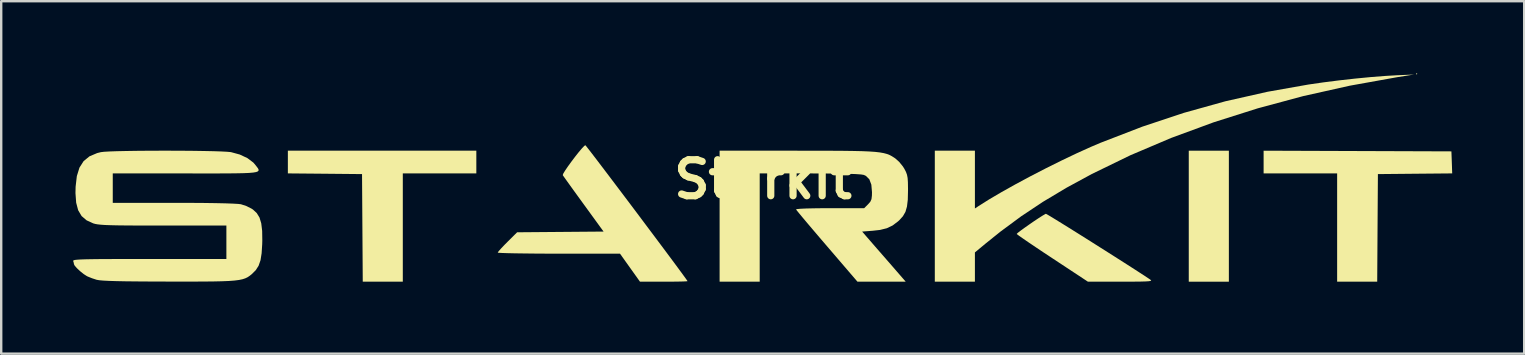
<source format=kicad_pcb>
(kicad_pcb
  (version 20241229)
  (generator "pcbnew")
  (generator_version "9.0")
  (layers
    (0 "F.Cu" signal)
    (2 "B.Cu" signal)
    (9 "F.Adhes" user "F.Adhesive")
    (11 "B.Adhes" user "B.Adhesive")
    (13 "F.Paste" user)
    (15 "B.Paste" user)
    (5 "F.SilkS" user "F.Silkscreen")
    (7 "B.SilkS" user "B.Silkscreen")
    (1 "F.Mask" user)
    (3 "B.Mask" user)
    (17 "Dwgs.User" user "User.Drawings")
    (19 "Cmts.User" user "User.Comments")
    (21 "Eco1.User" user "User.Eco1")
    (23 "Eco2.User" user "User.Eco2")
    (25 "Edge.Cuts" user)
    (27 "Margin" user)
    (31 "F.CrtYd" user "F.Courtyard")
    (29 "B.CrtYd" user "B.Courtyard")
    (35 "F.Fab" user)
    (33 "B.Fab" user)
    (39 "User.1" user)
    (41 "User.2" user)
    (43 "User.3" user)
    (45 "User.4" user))
  (footprint "Starkit"
    (layer "F.Cu")
    (at 28.748 4.428)
    (property "Reference" "Starkit" (at 0 0 0) (layer "F.SilkS") (effects (font (size 1.5 1.5) (thickness 0.3))))
    (attr board_only exclude_from_pos_files exclude_from_bom)
    (fp_poly (pts (xy 27.266 -4.4) (xy 27.238 -4.373) (xy 27.21 -4.4) (xy 27.238 -4.428)) (stroke (width 0) (type solid)) (fill yes) (layer "F.SilkS"))
    (fp_poly (pts (xy 19.412 1.532) (xy 19.412 4.261) (xy 18.577 4.261) (xy 17.741 4.261) (xy 17.741 1.532) (xy 17.741 -1.198) (xy 18.577 -1.198) (xy 19.412 -1.198)) (stroke (width 0) (type solid)) (fill yes) (layer "F.SilkS"))
    (fp_poly (pts (xy -11.948 -0.724) (xy -11.948 -0.251) (xy -13.48 -0.251) (xy -15.012 -0.251) (xy -15.012 2.005) (xy -15.012 4.261) (xy -15.847 4.261) (xy -16.681 4.261) (xy -16.696 2.019) (xy -16.711 -0.223) (xy -18.256 -0.238) (xy -19.802 -0.252) (xy -19.802 -0.725) (xy -19.802 -1.198) (xy -15.875 -1.198) (xy -11.948 -1.198)) (stroke (width 0) (type solid)) (fill yes) (layer "F.SilkS"))
    (fp_poly (pts (xy 24.773 -1.184) (xy 28.686 -1.17) (xy 28.703 -0.711) (xy 28.719 -0.252) (xy 27.171 -0.238) (xy 25.623 -0.223) (xy 25.608 2.019) (xy 25.594 4.261) (xy 24.759 4.261) (xy 23.924 4.261) (xy 23.924 2.005) (xy 23.924 -0.251) (xy 22.392 -0.251) (xy 20.86 -0.251) (xy 20.86 -0.724) (xy 20.86 -1.198)) (stroke (width 0) (type solid)) (fill yes) (layer "F.SilkS"))
    (fp_poly (pts (xy 11.837 1.457) (xy 11.971 1.536) (xy 12.176 1.661) (xy 12.442 1.825) (xy 12.756 2.02) (xy 13.108 2.24) (xy 13.486 2.477) (xy 13.878 2.725) (xy 14.274 2.975) (xy 14.663 3.222) (xy 15.032 3.457) (xy 15.371 3.674) (xy 15.669 3.866) (xy 15.913 4.025) (xy 16.094 4.145) (xy 16.152 4.185) (xy 16.174 4.209) (xy 16.153 4.227) (xy 16.08 4.241) (xy 15.944 4.25) (xy 15.732 4.256) (xy 15.435 4.259) (xy 15.04 4.26) (xy 14.899 4.26) (xy 13.536 4.259) (xy 12.06 3.286) (xy 11.699 3.048) (xy 11.369 2.827) (xy 11.081 2.633) (xy 10.848 2.473) (xy 10.678 2.355) (xy 10.586 2.285) (xy 10.571 2.271) (xy 10.61 2.23) (xy 10.722 2.143) (xy 10.886 2.023) (xy 11.081 1.886) (xy 11.286 1.744) (xy 11.482 1.614) (xy 11.646 1.509) (xy 11.76 1.443) (xy 11.785 1.431)) (stroke (width 0) (type solid)) (fill yes) (layer "F.SilkS"))
    (fp_poly (pts (xy 26.436 -4.263) (xy 24.453 -3.907) (xy 22.51 -3.473) (xy 20.615 -2.963) (xy 18.778 -2.381) (xy 17.006 -1.729) (xy 15.31 -1.009) (xy 13.703 -0.228) (xy 12.644 0.347) (xy 11.672 0.928) (xy 10.765 1.53) (xy 9.9 2.169) (xy 9.288 2.66) (xy 8.829 3.041) (xy 8.829 3.651) (xy 8.829 4.261) (xy 7.993 4.261) (xy 7.158 4.261) (xy 7.158 1.532) (xy 7.158 -1.198) (xy 7.993 -1.198) (xy 8.829 -1.198) (xy 8.829 0.006) (xy 8.829 1.21) (xy 8.982 1.109) (xy 9.417 0.834) (xy 9.936 0.529) (xy 10.517 0.204) (xy 11.141 -0.131) (xy 11.788 -0.465) (xy 12.436 -0.787) (xy 13.065 -1.087) (xy 13.656 -1.354) (xy 14.065 -1.528) (xy 15.807 -2.2) (xy 17.533 -2.774) (xy 19.265 -3.257) (xy 21.026 -3.654) (xy 22.726 -3.955) (xy 23.348 -4.045) (xy 24.011 -4.129) (xy 24.683 -4.204) (xy 25.335 -4.267) (xy 25.936 -4.314) (xy 26.417 -4.342) (xy 27.127 -4.372)) (stroke (width 0) (type solid)) (fill yes) (layer "F.SilkS"))
    (fp_poly (pts (xy -7.368 -1.384) (xy -7.271 -1.261) (xy -7.121 -1.067) (xy -6.925 -0.811) (xy -6.69 -0.502) (xy -6.423 -0.15) (xy -6.131 0.236) (xy -5.82 0.648) (xy -5.497 1.076) (xy -5.17 1.511) (xy -4.846 1.944) (xy -4.53 2.365) (xy -4.23 2.766) (xy -3.953 3.137) (xy -3.706 3.469) (xy -3.496 3.753) (xy -3.329 3.981) (xy -3.213 4.141) (xy -3.153 4.227) (xy -3.147 4.238) (xy -3.2 4.246) (xy -3.346 4.252) (xy -3.569 4.257) (xy -3.85 4.26) (xy -4.138 4.261) (xy -5.128 4.261) (xy -5.544 3.678) (xy -5.96 3.094) (xy -8.508 3.093) (xy -9.029 3.092) (xy -9.514 3.089) (xy -9.953 3.084) (xy -10.333 3.079) (xy -10.644 3.072) (xy -10.876 3.064) (xy -11.017 3.056) (xy -11.057 3.048) (xy -11.02 2.993) (xy -10.919 2.879) (xy -10.773 2.725) (xy -10.652 2.603) (xy -10.248 2.202) (xy -8.447 2.187) (xy -6.646 2.172) (xy -7.476 1.03) (xy -7.704 0.716) (xy -7.912 0.429) (xy -8.089 0.183) (xy -8.227 -0.01) (xy -8.317 -0.136) (xy -8.347 -0.18) (xy -8.327 -0.241) (xy -8.25 -0.368) (xy -8.133 -0.54) (xy -7.989 -0.739) (xy -7.834 -0.944) (xy -7.683 -1.135) (xy -7.55 -1.292) (xy -7.451 -1.396) (xy -7.406 -1.427)) (stroke (width 0) (type solid)) (fill yes) (layer "F.SilkS"))
    (fp_poly (pts (xy 2.136 -1.197) (xy 2.761 -1.196) (xy 3.293 -1.193) (xy 3.741 -1.187) (xy 4.113 -1.179) (xy 4.419 -1.166) (xy 4.668 -1.149) (xy 4.868 -1.126) (xy 5.03 -1.097) (xy 5.161 -1.062) (xy 5.271 -1.019) (xy 5.369 -0.968) (xy 5.464 -0.908) (xy 5.514 -0.874) (xy 5.674 -0.731) (xy 5.828 -0.541) (xy 5.889 -0.444) (xy 5.956 -0.314) (xy 5.999 -0.196) (xy 6.025 -0.061) (xy 6.037 0.119) (xy 6.041 0.374) (xy 6.041 0.473) (xy 6.032 0.845) (xy 5.998 1.129) (xy 5.934 1.351) (xy 5.829 1.533) (xy 5.678 1.7) (xy 5.625 1.748) (xy 5.398 1.919) (xy 5.159 2.033) (xy 4.874 2.104) (xy 4.571 2.138) (xy 4.13 2.172) (xy 4.735 2.869) (xy 4.967 3.135) (xy 5.201 3.403) (xy 5.414 3.648) (xy 5.585 3.845) (xy 5.644 3.913) (xy 5.946 4.261) (xy 4.941 4.261) (xy 3.935 4.261) (xy 2.664 2.78) (xy 2.367 2.434) (xy 2.094 2.113) (xy 1.852 1.828) (xy 1.651 1.589) (xy 1.499 1.406) (xy 1.404 1.289) (xy 1.374 1.249) (xy 1.422 1.234) (xy 1.57 1.221) (xy 1.808 1.21) (xy 2.125 1.203) (xy 2.508 1.198) (xy 2.785 1.198) (xy 4.214 1.198) (xy 4.377 1.035) (xy 4.47 0.929) (xy 4.519 0.821) (xy 4.537 0.671) (xy 4.54 0.531) (xy 4.513 0.217) (xy 4.429 -0.007) (xy 4.285 -0.149) (xy 4.199 -0.189) (xy 4.084 -0.208) (xy 3.858 -0.224) (xy 3.522 -0.236) (xy 3.077 -0.244) (xy 2.524 -0.249) (xy 1.941 -0.251) (xy -0.139 -0.251) (xy -0.139 2.005) (xy -0.139 4.261) (xy -0.975 4.261) (xy -1.81 4.261) (xy -1.81 1.532) (xy -1.81 -1.198) (xy 1.409 -1.198)) (stroke (width 0) (type solid)) (fill yes) (layer "F.SilkS"))
    (fp_poly (pts (xy -24.679 -1.198) (xy -24.187 -1.196) (xy -23.716 -1.192) (xy -23.279 -1.185) (xy -22.892 -1.177) (xy -22.57 -1.166) (xy -22.327 -1.153) (xy -22.177 -1.139) (xy -22.168 -1.137) (xy -21.805 -1.038) (xy -21.488 -0.889) (xy -21.243 -0.705) (xy -21.17 -0.622) (xy -21.108 -0.543) (xy -21.057 -0.476) (xy -21.025 -0.42) (xy -21.021 -0.374) (xy -21.051 -0.337) (xy -21.123 -0.308) (xy -21.246 -0.287) (xy -21.427 -0.271) (xy -21.673 -0.261) (xy -21.993 -0.255) (xy -22.395 -0.251) (xy -22.886 -0.25) (xy -23.473 -0.25) (xy -24.063 -0.251) (xy -27.099 -0.251) (xy -27.099 0.362) (xy -27.099 0.975) (xy -24.567 0.975) (xy -23.906 0.976) (xy -23.32 0.98) (xy -22.817 0.987) (xy -22.402 0.996) (xy -22.081 1.008) (xy -21.861 1.021) (xy -21.757 1.034) (xy -21.537 1.106) (xy -21.318 1.215) (xy -21.255 1.256) (xy -21.098 1.402) (xy -20.984 1.588) (xy -20.911 1.83) (xy -20.873 2.144) (xy -20.867 2.545) (xy -20.871 2.694) (xy -20.895 3.075) (xy -20.942 3.368) (xy -21.021 3.595) (xy -21.139 3.78) (xy -21.303 3.944) (xy -21.306 3.946) (xy -21.391 4.014) (xy -21.476 4.072) (xy -21.573 4.119) (xy -21.69 4.158) (xy -21.837 4.189) (xy -22.024 4.213) (xy -22.26 4.231) (xy -22.556 4.243) (xy -22.921 4.251) (xy -23.365 4.255) (xy -23.897 4.257) (xy -24.527 4.257) (xy -24.783 4.256) (xy -25.475 4.254) (xy -26.062 4.25) (xy -26.551 4.245) (xy -26.949 4.237) (xy -27.263 4.227) (xy -27.498 4.215) (xy -27.663 4.2) (xy -27.764 4.182) (xy -27.767 4.182) (xy -27.963 4.118) (xy -28.144 4.045) (xy -28.185 4.024) (xy -28.315 3.94) (xy -28.461 3.822) (xy -28.594 3.697) (xy -28.687 3.59) (xy -28.714 3.535) (xy -28.732 3.448) (xy -28.748 3.402) (xy -28.747 3.384) (xy -28.724 3.368) (xy -28.67 3.354) (xy -28.577 3.344) (xy -28.438 3.335) (xy -28.242 3.328) (xy -27.984 3.323) (xy -27.653 3.319) (xy -27.243 3.317) (xy -26.744 3.315) (xy -26.15 3.314) (xy -25.573 3.314) (xy -22.364 3.314) (xy -22.364 2.618) (xy -22.364 1.922) (xy -25 1.922) (xy -25.624 1.921) (xy -26.146 1.92) (xy -26.578 1.917) (xy -26.928 1.913) (xy -27.208 1.906) (xy -27.427 1.898) (xy -27.596 1.886) (xy -27.725 1.872) (xy -27.823 1.855) (xy -27.901 1.834) (xy -27.911 1.831) (xy -28.189 1.704) (xy -28.398 1.525) (xy -28.541 1.283) (xy -28.624 0.968) (xy -28.653 0.569) (xy -28.647 0.304) (xy -28.596 -0.139) (xy -28.487 -0.492) (xy -28.314 -0.763) (xy -28.07 -0.963) (xy -27.749 -1.099) (xy -27.592 -1.138) (xy -27.464 -1.153) (xy -27.239 -1.166) (xy -26.932 -1.177) (xy -26.558 -1.185) (xy -26.131 -1.192) (xy -25.665 -1.196) (xy -25.177 -1.198)) (stroke (width 0) (type solid)) (fill yes) (layer "F.SilkS")))
  (gr_rect
    (start -3 -3)
    (end 60.467 11.689)
    (stroke (width 0.1) (type default))
    (fill no)
    (layer "Edge.Cuts")))
</source>
